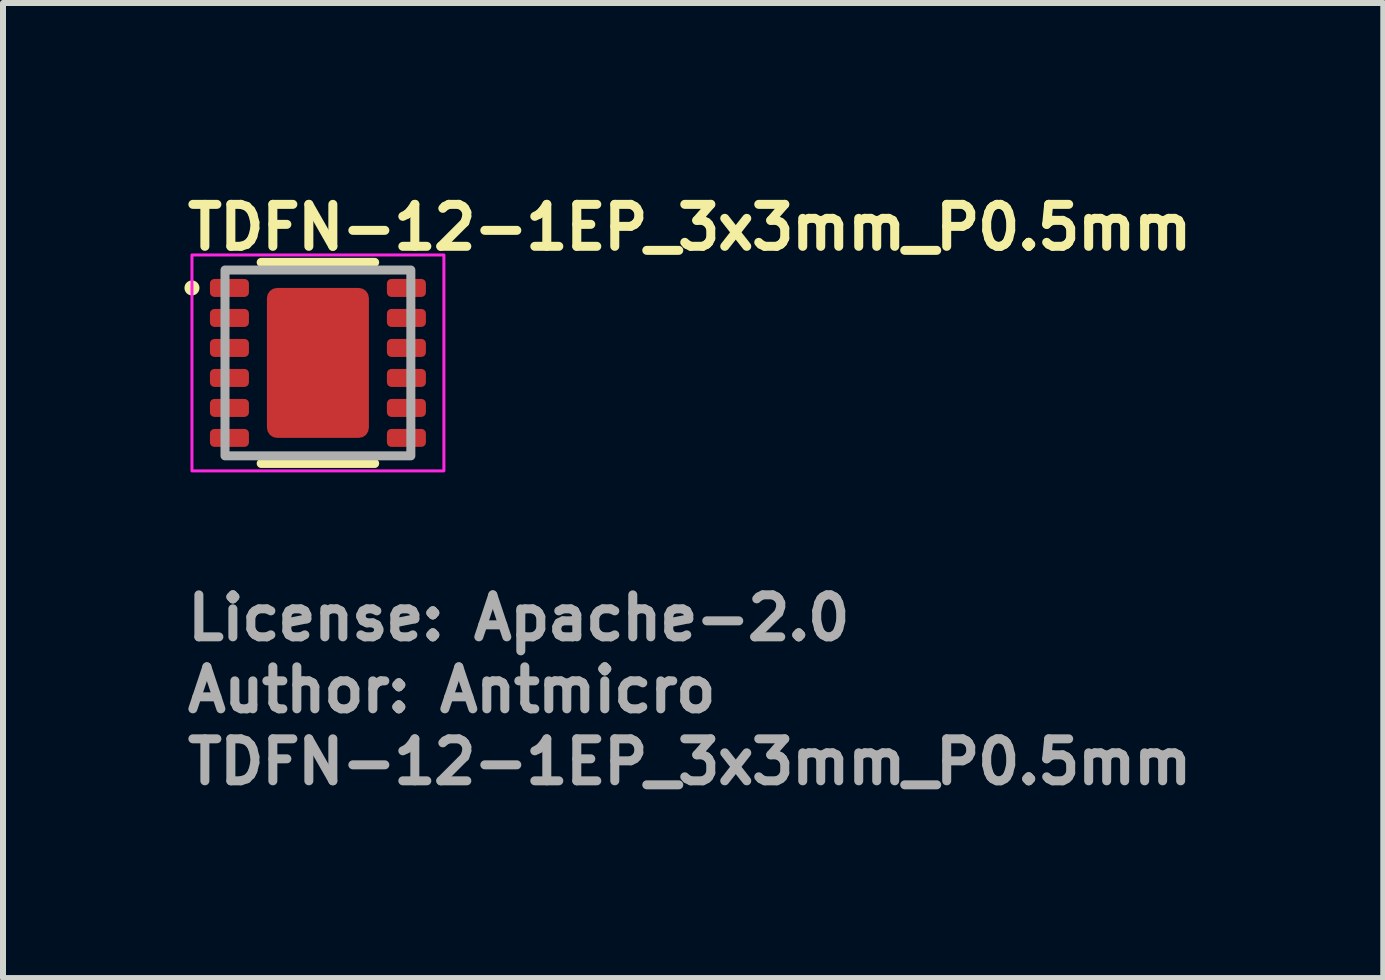
<source format=kicad_pcb>
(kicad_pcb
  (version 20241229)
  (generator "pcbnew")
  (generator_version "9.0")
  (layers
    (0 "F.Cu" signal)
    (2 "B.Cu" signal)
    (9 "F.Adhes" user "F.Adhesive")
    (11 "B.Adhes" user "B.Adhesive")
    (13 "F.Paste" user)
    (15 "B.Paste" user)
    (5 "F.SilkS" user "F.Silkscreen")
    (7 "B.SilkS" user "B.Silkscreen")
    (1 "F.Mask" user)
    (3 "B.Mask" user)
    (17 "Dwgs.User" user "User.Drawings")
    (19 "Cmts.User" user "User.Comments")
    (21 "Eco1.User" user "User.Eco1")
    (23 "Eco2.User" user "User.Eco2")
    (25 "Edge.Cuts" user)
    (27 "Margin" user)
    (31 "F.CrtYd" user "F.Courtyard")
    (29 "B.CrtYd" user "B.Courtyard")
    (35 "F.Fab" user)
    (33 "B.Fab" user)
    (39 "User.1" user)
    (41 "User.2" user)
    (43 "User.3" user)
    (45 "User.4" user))
  (footprint "TDFN-12-1EP_3x3mm_P0.5mm"
    (layer "F.Cu")
    (at 2.25 3)
    (property "Reference" "TDFN-12-1EP_3x3mm_P0.5mm" (at -2.25 -1.85 0) (unlocked yes) (layer "F.SilkS") (effects (font (size 0.7 0.7) (thickness 0.15)) (justify left bottom)))
    (attr smd)
    (fp_line (start -0.946 1.676) (end 0.946 1.676) (stroke (width 0.15) (type solid)) (layer "F.SilkS"))
    (fp_line (start 0.946 -1.676) (end -0.946 -1.676) (stroke (width 0.15) (type solid)) (layer "F.SilkS"))
    (fp_circle (center -2.1 -1.25) (end -2.05 -1.25) (stroke (width 0.15) (type solid)) (fill yes) (layer "F.SilkS"))
    (fp_rect (start -2.1 -1.8) (end 2.1 1.8) (stroke (width 0.05) (type solid)) (fill no) (layer "F.CrtYd"))
    (fp_rect (start -1.549 -1.549) (end 1.549 1.549) (stroke (width 0.15) (type solid)) (fill no) (layer "F.Fab"))
    (fp_rect (start -1.549 -1.549) (end 1.549 1.549) (stroke (width 0.1) (type solid)) (fill no) (layer "User.5"))
    (fp_line (start -1.549 -1.549) (end -1.549 1.549) (stroke (width 0.02) (type solid)) (layer "User.9"))
    (fp_line (start -1.549 1.549) (end 1.549 1.549) (stroke (width 0.02) (type solid)) (layer "User.9"))
    (fp_line (start -1.317 -1.25) (end -1.314 -1.226) (stroke (width 0.02) (type solid)) (layer "User.9"))
    (fp_line (start -1.314 -1.274) (end -1.317 -1.25) (stroke (width 0.02) (type solid)) (layer "User.9"))
    (fp_line (start -1.314 -1.226) (end -1.303 -1.204) (stroke (width 0.02) (type solid)) (layer "User.9"))
    (fp_line (start -1.303 -1.296) (end -1.314 -1.274) (stroke (width 0.02) (type solid)) (layer "User.9"))
    (fp_line (start -1.303 -1.204) (end -1.286 -1.187) (stroke (width 0.02) (type solid)) (layer "User.9"))
    (fp_line (start -1.286 -1.313) (end -1.303 -1.296) (stroke (width 0.02) (type solid)) (layer "User.9"))
    (fp_line (start -1.286 -1.187) (end -1.264 -1.176) (stroke (width 0.02) (type solid)) (layer "User.9"))
    (fp_line (start -1.264 -1.324) (end -1.286 -1.313) (stroke (width 0.02) (type solid)) (layer "User.9"))
    (fp_line (start -1.264 -1.176) (end -1.24 -1.173) (stroke (width 0.02) (type solid)) (layer "User.9"))
    (fp_line (start -1.24 -1.327) (end -1.264 -1.324) (stroke (width 0.02) (type solid)) (layer "User.9"))
    (fp_line (start -1.24 -1.173) (end -1.216 -1.176) (stroke (width 0.02) (type solid)) (layer "User.9"))
    (fp_line (start -1.216 -1.324) (end -1.24 -1.327) (stroke (width 0.02) (type solid)) (layer "User.9"))
    (fp_line (start -1.216 -1.176) (end -1.194 -1.187) (stroke (width 0.02) (type solid)) (layer "User.9"))
    (fp_line (start -1.194 -1.313) (end -1.216 -1.324) (stroke (width 0.02) (type solid)) (layer "User.9"))
    (fp_line (start -1.194 -1.187) (end -1.177 -1.204) (stroke (width 0.02) (type solid)) (layer "User.9"))
    (fp_line (start -1.177 -1.296) (end -1.194 -1.313) (stroke (width 0.02) (type solid)) (layer "User.9"))
    (fp_line (start -1.177 -1.204) (end -1.166 -1.226) (stroke (width 0.02) (type solid)) (layer "User.9"))
    (fp_line (start -1.166 -1.274) (end -1.177 -1.296) (stroke (width 0.02) (type solid)) (layer "User.9"))
    (fp_line (start -1.166 -1.226) (end -1.163 -1.25) (stroke (width 0.02) (type solid)) (layer "User.9"))
    (fp_line (start -1.163 -1.25) (end -1.166 -1.274) (stroke (width 0.02) (type solid)) (layer "User.9"))
    (fp_line (start 1.549 -1.549) (end -1.549 -1.549) (stroke (width 0.02) (type solid)) (layer "User.9"))
    (fp_line (start 1.549 1.549) (end 1.549 -1.549) (stroke (width 0.02) (type solid)) (layer "User.9"))
    (fp_text user "${REFERENCE}" (at -2.25 7.06 0) (layer "F.Fab") (effects (font (size 0.7 0.7) (thickness 0.15)) (justify left bottom)))
    (fp_text user "Author: Antmicro" (at -2.25 5.86 0) (layer "F.Fab") (effects (font (size 0.7 0.7) (thickness 0.15)) (justify left bottom)))
    (fp_text user "License: Apache-2.0" (at -2.25 4.66 0) (layer "F.Fab") (effects (font (size 0.7 0.7) (thickness 0.15)) (justify left bottom)))
    (pad "1" smd roundrect (at -1.475 -1.25) (size 0.65 0.3) (layers "F.Cu" "F.Mask" "F.Paste") (roundrect_rratio 0.25))
    (pad "2" smd roundrect (at -1.475 -0.75) (size 0.65 0.3) (layers "F.Cu" "F.Mask" "F.Paste") (roundrect_rratio 0.25))
    (pad "3" smd roundrect (at -1.475 -0.25) (size 0.65 0.3) (layers "F.Cu" "F.Mask" "F.Paste") (roundrect_rratio 0.25))
    (pad "4" smd roundrect (at -1.475 0.25) (size 0.65 0.3) (layers "F.Cu" "F.Mask" "F.Paste") (roundrect_rratio 0.25))
    (pad "5" smd roundrect (at -1.475 0.75) (size 0.65 0.3) (layers "F.Cu" "F.Mask" "F.Paste") (roundrect_rratio 0.25))
    (pad "6" smd roundrect (at -1.475 1.25) (size 0.65 0.3) (layers "F.Cu" "F.Mask" "F.Paste") (roundrect_rratio 0.25))
    (pad "7" smd roundrect (at 1.475 1.25) (size 0.65 0.3) (layers "F.Cu" "F.Mask" "F.Paste") (roundrect_rratio 0.25))
    (pad "8" smd roundrect (at 1.475 0.75) (size 0.65 0.3) (layers "F.Cu" "F.Mask" "F.Paste") (roundrect_rratio 0.25))
    (pad "9" smd roundrect (at 1.475 0.25) (size 0.65 0.3) (layers "F.Cu" "F.Mask" "F.Paste") (roundrect_rratio 0.25))
    (pad "10" smd roundrect (at 1.475 -0.25) (size 0.65 0.3) (layers "F.Cu" "F.Mask" "F.Paste") (roundrect_rratio 0.25))
    (pad "11" smd roundrect (at 1.475 -0.75) (size 0.65 0.3) (layers "F.Cu" "F.Mask" "F.Paste") (roundrect_rratio 0.25))
    (pad "12" smd roundrect (at 1.475 -1.25) (size 0.65 0.3) (layers "F.Cu" "F.Mask" "F.Paste") (roundrect_rratio 0.25))
    (pad "13" smd roundrect (at 0 0) (size 1.7 2.5) (layers "F.Cu" "F.Mask" "F.Paste") (roundrect_rratio 0.1)))
  (gr_rect
    (start -3 -3)
    (end 20.01 13.255)
    (stroke (width 0.1) (type default))
    (fill no)
    (layer "Edge.Cuts")))
</source>
